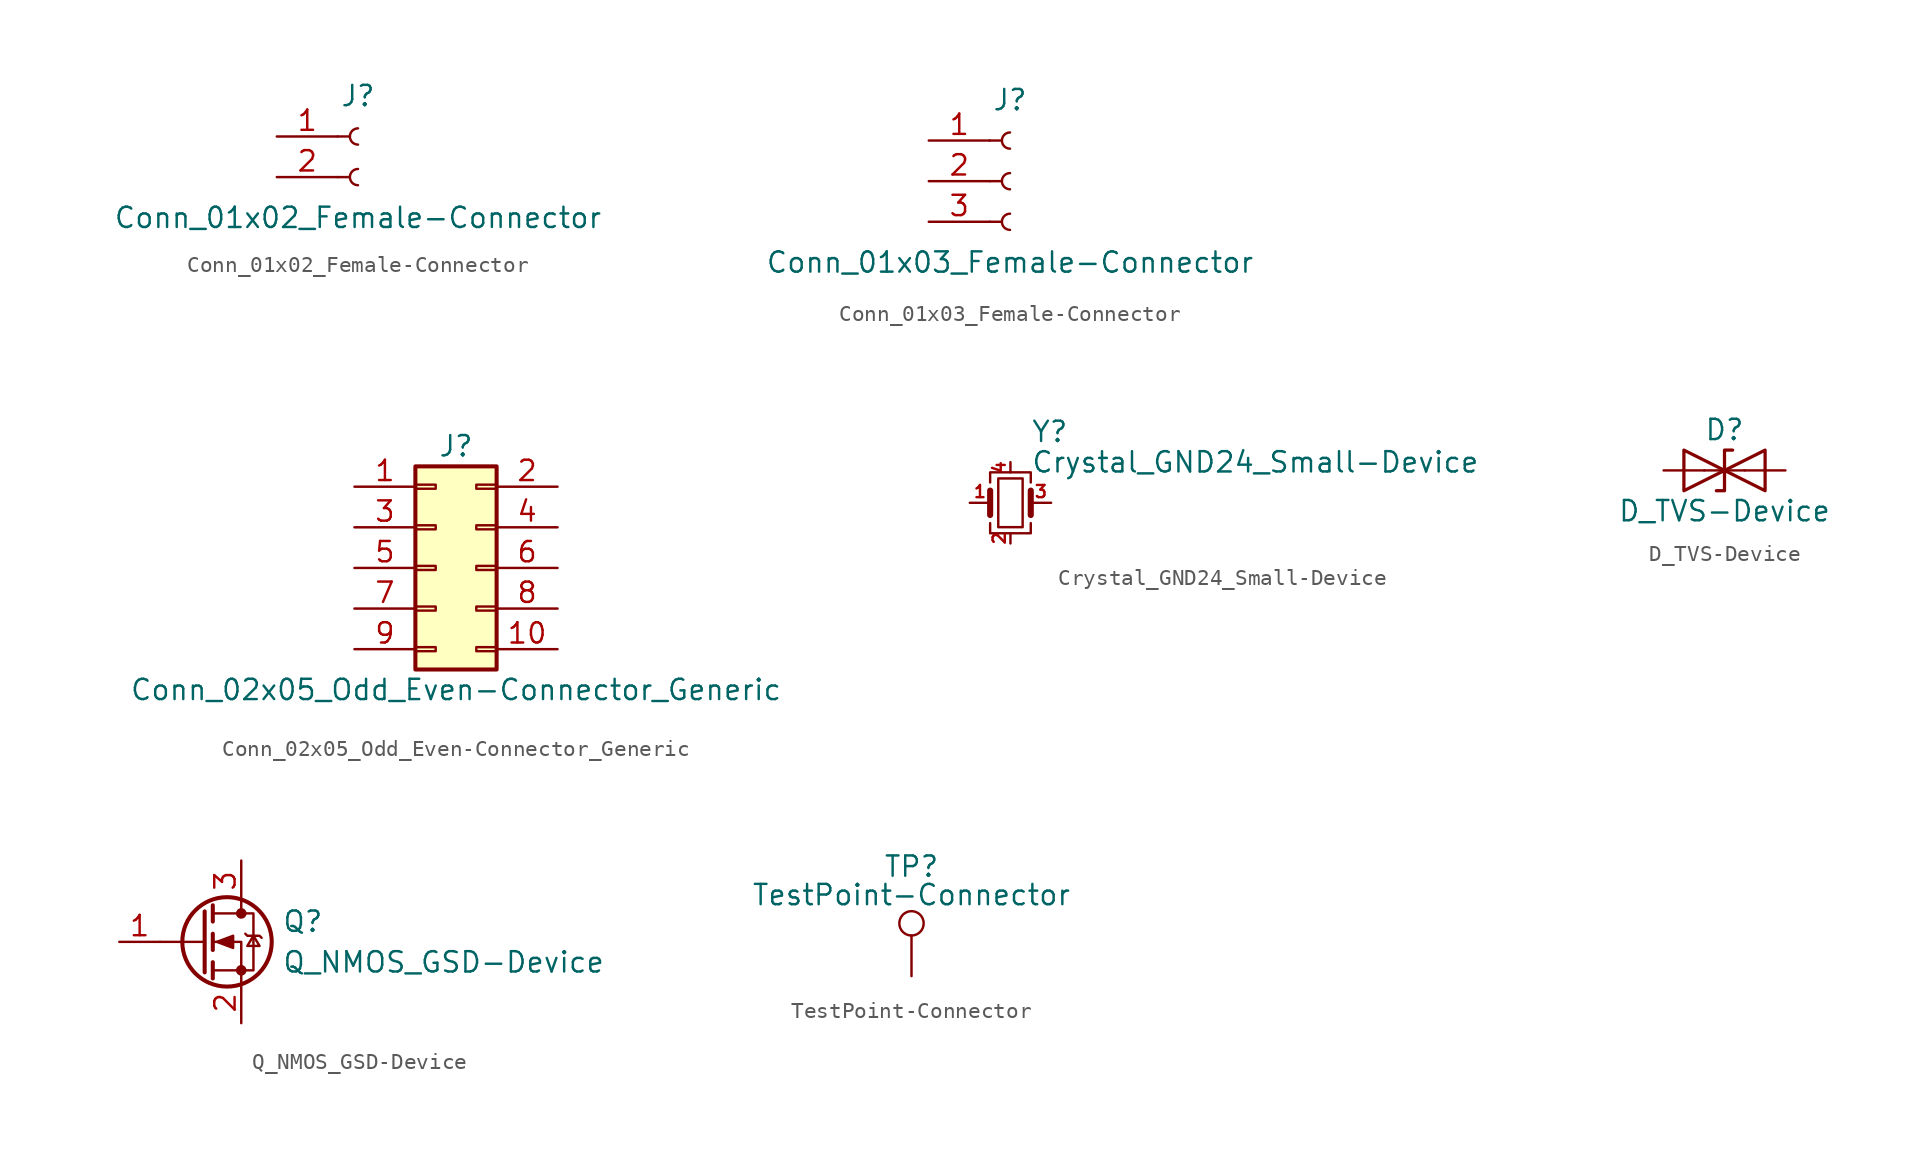
<source format=kicad_sym>
(kicad_symbol_lib
  (version 20211014)
  (generator kicad_symbol_editor)
  (symbol "Conn_01x02_Female-Connector"
    (pin_names
      (offset 1.016) hide)
    (property "Reference" "J"
      (at 0 2.54 0)
      (effects (font (size 1.27 1.27))))
    (property "Value" "Conn_01x02_Female-Connector"
      (at 0 -5.08 0)
      (effects (font (size 1.27 1.27))))
    (symbol "Conn_01x02_Female-Connector_1_1"
      (arc (start 0 -2.032) (mid -0.508 -2.54) (end 0 -3.048) (stroke (width 0.1524) (type default) (color 0 0 0 0)) (fill (type none)))
      (polyline (pts (xy -1.27 -2.54) (xy -0.508 -2.54)) (stroke (width 0.152) (type default) (color 0 0 0 0)) (fill (type none)))
      (polyline (pts (xy -1.27 0) (xy -0.508 0)) (stroke (width 0.152) (type default) (color 0 0 0 0)) (fill (type none)))
      (arc (start 0 0.508) (mid -0.508 0) (end 0 -0.508) (stroke (width 0.1524) (type default) (color 0 0 0 0)) (fill (type none)))
      (pin passive line (at -5.08 0 0) (length 3.81) (name "Pin_1" (effects (font (size 1.27 1.27)))) (number "1" (effects (font (size 1.27 1.27)))))
      (pin passive line (at -5.08 -2.54 0) (length 3.81) (name "Pin_2" (effects (font (size 1.27 1.27)))) (number "2" (effects (font (size 1.27 1.27)))))))
  (symbol "Conn_01x03_Female-Connector"
    (pin_names
      (offset 1.016) hide)
    (property "Reference" "J"
      (at 0 5.08 0)
      (effects (font (size 1.27 1.27))))
    (property "Value" "Conn_01x03_Female-Connector"
      (at 0 -5.08 0)
      (effects (font (size 1.27 1.27))))
    (symbol "Conn_01x03_Female-Connector_1_1"
      (arc (start 0 -2.032) (mid -0.508 -2.54) (end 0 -3.048) (stroke (width 0.1524) (type default) (color 0 0 0 0)) (fill (type none)))
      (polyline (pts (xy -1.27 -2.54) (xy -0.508 -2.54)) (stroke (width 0.152) (type default) (color 0 0 0 0)) (fill (type none)))
      (polyline (pts (xy -1.27 0) (xy -0.508 0)) (stroke (width 0.152) (type default) (color 0 0 0 0)) (fill (type none)))
      (polyline (pts (xy -1.27 2.54) (xy -0.508 2.54)) (stroke (width 0.152) (type default) (color 0 0 0 0)) (fill (type none)))
      (arc (start 0 0.508) (mid -0.508 0) (end 0 -0.508) (stroke (width 0.1524) (type default) (color 0 0 0 0)) (fill (type none)))
      (arc (start 0 3.048) (mid -0.508 2.54) (end 0 2.032) (stroke (width 0.1524) (type default) (color 0 0 0 0)) (fill (type none)))
      (pin passive line (at -5.08 2.54 0) (length 3.81) (name "Pin_1" (effects (font (size 1.27 1.27)))) (number "1" (effects (font (size 1.27 1.27)))))
      (pin passive line (at -5.08 0 0) (length 3.81) (name "Pin_2" (effects (font (size 1.27 1.27)))) (number "2" (effects (font (size 1.27 1.27)))))
      (pin passive line (at -5.08 -2.54 0) (length 3.81) (name "Pin_3" (effects (font (size 1.27 1.27)))) (number "3" (effects (font (size 1.27 1.27)))))))
  (symbol "Conn_02x05_Odd_Even-Connector_Generic"
    (pin_names
      (offset 1.016) hide)
    (property "Reference" "J"
      (at 1.27 7.62 0)
      (effects (font (size 1.27 1.27))))
    (property "Value" "Conn_02x05_Odd_Even-Connector_Generic"
      (at 1.27 -7.62 0)
      (effects (font (size 1.27 1.27))))
    (symbol "Conn_02x05_Odd_Even-Connector_Generic_1_1"
      (rectangle (start -1.27 -4.953) (end 0 -5.207) (stroke (width 0.152) (type default) (color 0 0 0 0)) (fill (type none)))
      (rectangle (start -1.27 -2.413) (end 0 -2.667) (stroke (width 0.152) (type default) (color 0 0 0 0)) (fill (type none)))
      (rectangle (start -1.27 0.127) (end 0 -0.127) (stroke (width 0.152) (type default) (color 0 0 0 0)) (fill (type none)))
      (rectangle (start -1.27 2.667) (end 0 2.413) (stroke (width 0.152) (type default) (color 0 0 0 0)) (fill (type none)))
      (rectangle (start -1.27 5.207) (end 0 4.953) (stroke (width 0.152) (type default) (color 0 0 0 0)) (fill (type none)))
      (rectangle (start -1.27 6.35) (end 3.81 -6.35) (stroke (width 0.254) (type default) (color 0 0 0 0)) (fill (type background)))
      (rectangle (start 3.81 -4.953) (end 2.54 -5.207) (stroke (width 0.152) (type default) (color 0 0 0 0)) (fill (type none)))
      (rectangle (start 3.81 -2.413) (end 2.54 -2.667) (stroke (width 0.152) (type default) (color 0 0 0 0)) (fill (type none)))
      (rectangle (start 3.81 0.127) (end 2.54 -0.127) (stroke (width 0.152) (type default) (color 0 0 0 0)) (fill (type none)))
      (rectangle (start 3.81 2.667) (end 2.54 2.413) (stroke (width 0.152) (type default) (color 0 0 0 0)) (fill (type none)))
      (rectangle (start 3.81 5.207) (end 2.54 4.953) (stroke (width 0.152) (type default) (color 0 0 0 0)) (fill (type none)))
      (pin passive line (at -5.08 5.08 0) (length 3.81) (name "Pin_1" (effects (font (size 1.27 1.27)))) (number "1" (effects (font (size 1.27 1.27)))))
      (pin passive line (at 7.62 -5.08 180) (length 3.81) (name "Pin_10" (effects (font (size 1.27 1.27)))) (number "10" (effects (font (size 1.27 1.27)))))
      (pin passive line (at 7.62 5.08 180) (length 3.81) (name "Pin_2" (effects (font (size 1.27 1.27)))) (number "2" (effects (font (size 1.27 1.27)))))
      (pin passive line (at -5.08 2.54 0) (length 3.81) (name "Pin_3" (effects (font (size 1.27 1.27)))) (number "3" (effects (font (size 1.27 1.27)))))
      (pin passive line (at 7.62 2.54 180) (length 3.81) (name "Pin_4" (effects (font (size 1.27 1.27)))) (number "4" (effects (font (size 1.27 1.27)))))
      (pin passive line (at -5.08 0 0) (length 3.81) (name "Pin_5" (effects (font (size 1.27 1.27)))) (number "5" (effects (font (size 1.27 1.27)))))
      (pin passive line (at 7.62 0 180) (length 3.81) (name "Pin_6" (effects (font (size 1.27 1.27)))) (number "6" (effects (font (size 1.27 1.27)))))
      (pin passive line (at -5.08 -2.54 0) (length 3.81) (name "Pin_7" (effects (font (size 1.27 1.27)))) (number "7" (effects (font (size 1.27 1.27)))))
      (pin passive line (at 7.62 -2.54 180) (length 3.81) (name "Pin_8" (effects (font (size 1.27 1.27)))) (number "8" (effects (font (size 1.27 1.27)))))
      (pin passive line (at -5.08 -5.08 0) (length 3.81) (name "Pin_9" (effects (font (size 1.27 1.27)))) (number "9" (effects (font (size 1.27 1.27)))))))
  (symbol "Crystal_GND24_Small-Device"
    (pin_names
      (offset 1.016) hide)
    (property "Reference" "Y"
      (at 1.27 4.445 0)
      (effects (font (size 1.27 1.27)) (justify left)))
    (property "Value" "Crystal_GND24_Small-Device"
      (at 1.27 2.54 0)
      (effects (font (size 1.27 1.27)) (justify left)))
    (symbol "Crystal_GND24_Small-Device_0_1"
      (rectangle (start -0.762 -1.524) (end 0.762 1.524) (stroke (width 0) (type default) (color 0 0 0 0)) (fill (type none)))
      (polyline (pts (xy -1.27 -0.762) (xy -1.27 0.762)) (stroke (width 0.381) (type default) (color 0 0 0 0)) (fill (type none)))
      (polyline (pts (xy 1.27 -0.762) (xy 1.27 0.762)) (stroke (width 0.381) (type default) (color 0 0 0 0)) (fill (type none)))
      (polyline (pts (xy -1.27 -1.27) (xy -1.27 -1.905) (xy 1.27 -1.905) (xy 1.27 -1.27)) (stroke (width 0) (type default) (color 0 0 0 0)) (fill (type none)))
      (polyline (pts (xy -1.27 1.27) (xy -1.27 1.905) (xy 1.27 1.905) (xy 1.27 1.27)) (stroke (width 0) (type default) (color 0 0 0 0)) (fill (type none))))
    (symbol "Crystal_GND24_Small-Device_1_1"
      (pin passive line (at -2.54 0 0) (length 1.27) (name "1" (effects (font (size 1.27 1.27)))) (number "1" (effects (font (size 0.762 0.762)))))
      (pin passive line (at 0 -2.54 90) (length 0.635) (name "2" (effects (font (size 1.27 1.27)))) (number "2" (effects (font (size 0.762 0.762)))))
      (pin passive line (at 2.54 0 180) (length 1.27) (name "3" (effects (font (size 1.27 1.27)))) (number "3" (effects (font (size 0.762 0.762)))))
      (pin passive line (at 0 2.54 270) (length 0.635) (name "4" (effects (font (size 1.27 1.27)))) (number "4" (effects (font (size 0.762 0.762)))))))
  (symbol "D_TVS-Device"
    (pin_numbers hide)
    (pin_names
      (offset 1.016) hide)
    (property "Reference" "D"
      (at 0 2.54 0)
      (effects (font (size 1.27 1.27))))
    (property "Value" "D_TVS-Device"
      (at 0 -2.54 0)
      (effects (font (size 1.27 1.27))))
    (symbol "D_TVS-Device_0_1"
      (polyline (pts (xy 1.27 0) (xy -1.27 0)) (stroke (width 0) (type default) (color 0 0 0 0)) (fill (type none)))
      (polyline (pts (xy -2.54 -1.27) (xy 0 0) (xy -2.54 1.27) (xy -2.54 -1.27)) (stroke (width 0.203) (type default) (color 0 0 0 0)) (fill (type none)))
      (polyline (pts (xy 0.508 1.27) (xy 0 1.27) (xy 0 -1.27) (xy -0.508 -1.27)) (stroke (width 0.203) (type default) (color 0 0 0 0)) (fill (type none)))
      (polyline (pts (xy 2.54 1.27) (xy 2.54 -1.27) (xy 0 0) (xy 2.54 1.27)) (stroke (width 0.203) (type default) (color 0 0 0 0)) (fill (type none))))
    (symbol "D_TVS-Device_1_1"
      (pin passive line (at -3.81 0 0) (length 2.54) (name "A1" (effects (font (size 1.27 1.27)))) (number "1" (effects (font (size 1.27 1.27)))))
      (pin passive line (at 3.81 0 180) (length 2.54) (name "A2" (effects (font (size 1.27 1.27)))) (number "2" (effects (font (size 1.27 1.27)))))))
  (symbol "Q_NMOS_GSD-Device"
    (pin_names
      (offset 0) hide)
    (property "Reference" "Q"
      (at 5.08 1.27 0)
      (effects (font (size 1.27 1.27)) (justify left)))
    (property "Value" "Q_NMOS_GSD-Device"
      (at 5.08 -1.27 0)
      (effects (font (size 1.27 1.27)) (justify left)))
    (symbol "Q_NMOS_GSD-Device_0_1"
      (polyline (pts (xy 0.254 0) (xy -2.54 0)) (stroke (width 0) (type default) (color 0 0 0 0)) (fill (type none)))
      (polyline (pts (xy 0.254 1.905) (xy 0.254 -1.905)) (stroke (width 0.254) (type default) (color 0 0 0 0)) (fill (type none)))
      (polyline (pts (xy 0.762 -1.27) (xy 0.762 -2.286)) (stroke (width 0.254) (type default) (color 0 0 0 0)) (fill (type none)))
      (polyline (pts (xy 0.762 0.508) (xy 0.762 -0.508)) (stroke (width 0.254) (type default) (color 0 0 0 0)) (fill (type none)))
      (polyline (pts (xy 0.762 2.286) (xy 0.762 1.27)) (stroke (width 0.254) (type default) (color 0 0 0 0)) (fill (type none)))
      (polyline (pts (xy 2.54 2.54) (xy 2.54 1.778)) (stroke (width 0) (type default) (color 0 0 0 0)) (fill (type none)))
      (polyline (pts (xy 2.54 -2.54) (xy 2.54 0) (xy 0.762 0)) (stroke (width 0) (type default) (color 0 0 0 0)) (fill (type none)))
      (polyline (pts (xy 0.762 -1.778) (xy 3.302 -1.778) (xy 3.302 1.778) (xy 0.762 1.778)) (stroke (width 0) (type default) (color 0 0 0 0)) (fill (type none)))
      (polyline (pts (xy 1.016 0) (xy 2.032 0.381) (xy 2.032 -0.381) (xy 1.016 0)) (stroke (width 0) (type default) (color 0 0 0 0)) (fill (type outline)))
      (polyline (pts (xy 2.794 0.508) (xy 2.921 0.381) (xy 3.683 0.381) (xy 3.81 0.254)) (stroke (width 0) (type default) (color 0 0 0 0)) (fill (type none)))
      (polyline (pts (xy 3.302 0.381) (xy 2.921 -0.254) (xy 3.683 -0.254) (xy 3.302 0.381)) (stroke (width 0) (type default) (color 0 0 0 0)) (fill (type none)))
      (circle (center 1.651 0) (radius 2.794) (stroke (width 0.254) (type default) (color 0 0 0 0)) (fill (type none)))
      (circle (center 2.54 -1.778) (radius 0.254) (stroke (width 0) (type default) (color 0 0 0 0)) (fill (type outline)))
      (circle (center 2.54 1.778) (radius 0.254) (stroke (width 0) (type default) (color 0 0 0 0)) (fill (type outline))))
    (symbol "Q_NMOS_GSD-Device_1_1"
      (pin input line (at -5.08 0 0) (length 2.54) (name "G" (effects (font (size 1.27 1.27)))) (number "1" (effects (font (size 1.27 1.27)))))
      (pin passive line (at 2.54 -5.08 90) (length 2.54) (name "S" (effects (font (size 1.27 1.27)))) (number "2" (effects (font (size 1.27 1.27)))))
      (pin passive line (at 2.54 5.08 270) (length 2.54) (name "D" (effects (font (size 1.27 1.27)))) (number "3" (effects (font (size 1.27 1.27)))))))
  (symbol "TestPoint-Connector"
    (pin_numbers hide)
    (pin_names
      (offset 0.762) hide)
    (property "Reference" "TP"
      (at 0 6.858 0)
      (effects (font (size 1.27 1.27))))
    (property "Value" "TestPoint-Connector"
      (at 0 5.08 0)
      (effects (font (size 1.27 1.27))))
    (symbol "TestPoint-Connector_0_1"
      (circle (center 0 3.302) (radius 0.762) (stroke (width 0) (type default) (color 0 0 0 0)) (fill (type none))))
    (symbol "TestPoint-Connector_1_1"
      (pin passive line (at 0 0 90) (length 2.54) (name "1" (effects (font (size 1.27 1.27)))) (number "1" (effects (font (size 1.27 1.27))))))))
</source>
